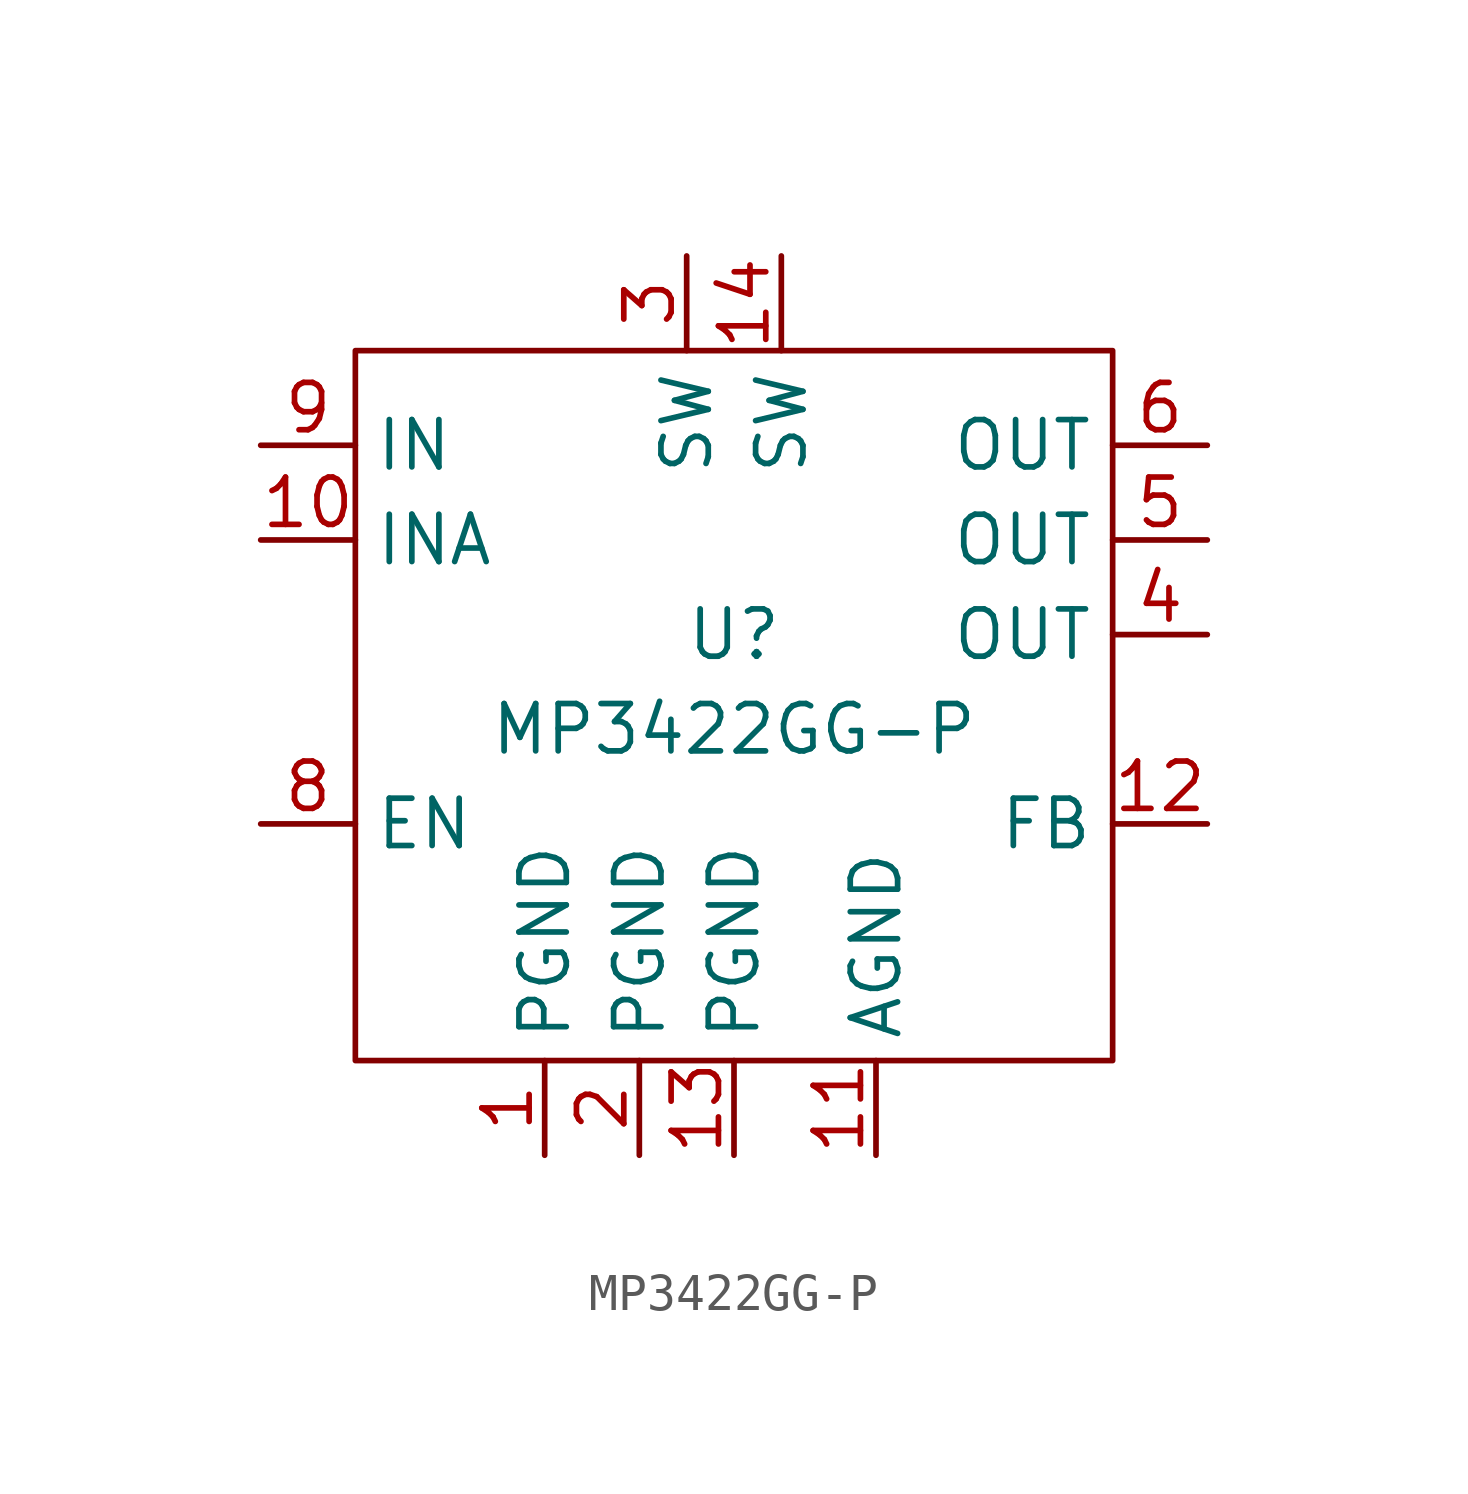
<source format=kicad_sym>
(kicad_symbol_lib
  (version 20201005)
  (generator kicad_symbol_editor)
  (symbol "mp3422:MP3422GG-P"
    (property "Reference" "U"
      (at 0 2.54 0)
      (effects (font (size 1.27 1.27))))
    (property "Value" "MP3422GG-P"
      (at 0 0 0)
      (effects (font (size 1.27 1.27))))
    (symbol "MP3422GG-P_0_1"
      (rectangle (start -10.16 10.16) (end 10.16 -8.89) (stroke (width 0.152)) (fill (type none))))
    (symbol "MP3422GG-P_1_1"
      (pin power_in line (at -5.08 -11.43 90) (length 2.54) (name "PGND" (effects (font (size 1.27 1.27)))) (number "1" (effects (font (size 1.27 1.27)))))
      (pin power_in line (at -12.7 5.08 0) (length 2.54) (name "INA" (effects (font (size 1.27 1.27)))) (number "10" (effects (font (size 1.27 1.27)))))
      (pin power_in line (at 3.81 -11.43 90) (length 2.54) (name "AGND" (effects (font (size 1.27 1.27)))) (number "11" (effects (font (size 1.27 1.27)))))
      (pin input line (at 12.7 -2.54 180) (length 2.54) (name "FB" (effects (font (size 1.27 1.27)))) (number "12" (effects (font (size 1.27 1.27)))))
      (pin power_in line (at 0 -11.43 90) (length 2.54) (name "PGND" (effects (font (size 1.27 1.27)))) (number "13" (effects (font (size 1.27 1.27)))))
      (pin power_out line (at 1.27 12.7 270) (length 2.54) (name "SW" (effects (font (size 1.27 1.27)))) (number "14" (effects (font (size 1.27 1.27)))))
      (pin power_in line (at -2.54 -11.43 90) (length 2.54) (name "PGND" (effects (font (size 1.27 1.27)))) (number "2" (effects (font (size 1.27 1.27)))))
      (pin power_out line (at -1.27 12.7 270) (length 2.54) (name "SW" (effects (font (size 1.27 1.27)))) (number "3" (effects (font (size 1.27 1.27)))))
      (pin power_out line (at 12.7 2.54 180) (length 2.54) (name "OUT" (effects (font (size 1.27 1.27)))) (number "4" (effects (font (size 1.27 1.27)))))
      (pin power_out line (at 12.7 5.08 180) (length 2.54) (name "OUT" (effects (font (size 1.27 1.27)))) (number "5" (effects (font (size 1.27 1.27)))))
      (pin power_out line (at 12.7 7.62 180) (length 2.54) (name "OUT" (effects (font (size 1.27 1.27)))) (number "6" (effects (font (size 1.27 1.27)))))
      (pin input line (at -12.7 -2.54 0) (length 2.54) (name "EN" (effects (font (size 1.27 1.27)))) (number "8" (effects (font (size 1.27 1.27)))))
      (pin power_in line (at -12.7 7.62 0) (length 2.54) (name "IN" (effects (font (size 1.27 1.27)))) (number "9" (effects (font (size 1.27 1.27))))))))
</source>
